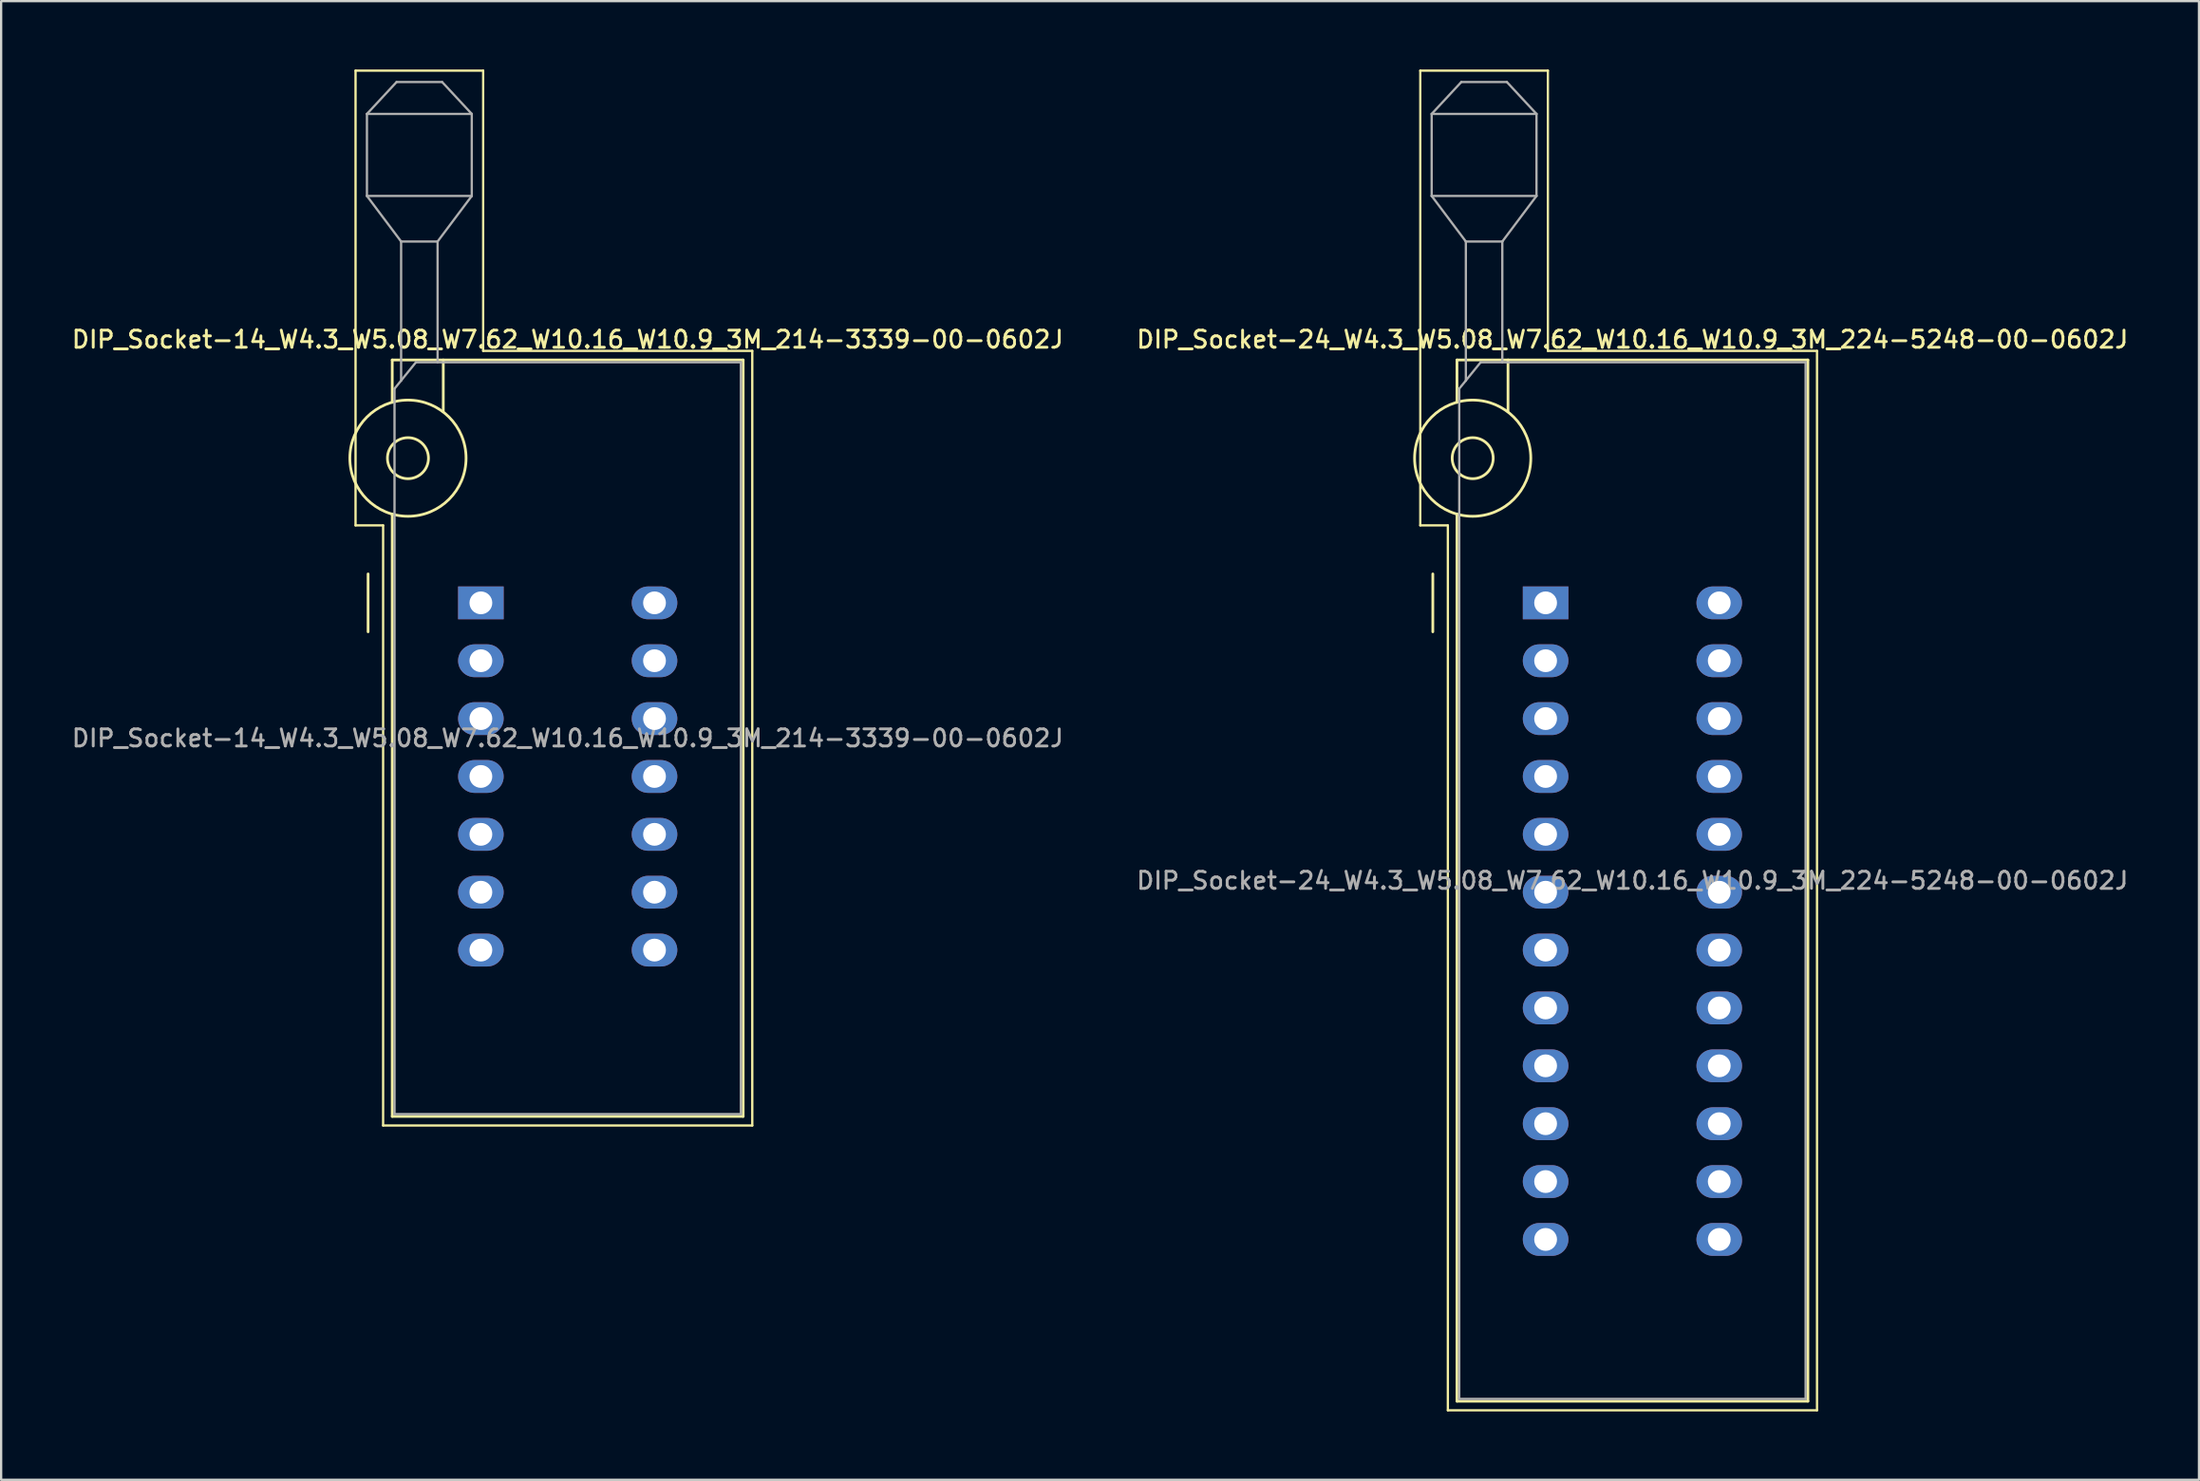
<source format=kicad_pcb>
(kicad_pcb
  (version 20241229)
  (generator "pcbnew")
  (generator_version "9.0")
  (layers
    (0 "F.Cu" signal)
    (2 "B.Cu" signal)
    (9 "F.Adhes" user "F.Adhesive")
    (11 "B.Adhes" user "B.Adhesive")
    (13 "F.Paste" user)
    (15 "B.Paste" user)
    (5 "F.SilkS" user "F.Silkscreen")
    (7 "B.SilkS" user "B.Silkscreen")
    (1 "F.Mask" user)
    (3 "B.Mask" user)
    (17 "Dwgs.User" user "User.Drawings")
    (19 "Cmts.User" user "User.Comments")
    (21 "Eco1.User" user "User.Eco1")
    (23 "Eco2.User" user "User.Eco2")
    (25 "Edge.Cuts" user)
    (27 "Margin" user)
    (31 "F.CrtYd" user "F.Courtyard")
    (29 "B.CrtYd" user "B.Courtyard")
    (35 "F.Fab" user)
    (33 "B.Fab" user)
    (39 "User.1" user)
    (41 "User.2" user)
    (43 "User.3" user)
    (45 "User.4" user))
  (footprint "DIP_Socket-24_W4.3_W5.08_W7.62_W10.16_W10.9_3M_224-5248-00-0602J"
    (layer "F.Cu")
    (at 64.778 23.41)
    (property "Reference" "DIP_Socket-24_W4.3_W5.08_W7.62_W10.16_W10.9_3M_224-5248-00-0602J" (at 3.81 -11.56 0) (layer "F.SilkS") (effects (font (size 0.75 0.75) (thickness 0.125))))
    (attr through_hole)
    (fp_line (start -5.5 -23.36) (end 0.1 -23.36) (stroke (width 0.1) (type solid)) (layer "F.SilkS"))
    (fp_line (start -5.5 -3.4) (end -5.5 -23.36) (stroke (width 0.1) (type solid)) (layer "F.SilkS"))
    (fp_line (start -4.95 1.27) (end -4.95 -1.27) (stroke (width 0.12) (type solid)) (layer "F.SilkS"))
    (fp_line (start -4.29 -3.4) (end -5.5 -3.4) (stroke (width 0.1) (type solid)) (layer "F.SilkS"))
    (fp_line (start -4.29 35.44) (end -4.29 -3.4) (stroke (width 0.1) (type solid)) (layer "F.SilkS"))
    (fp_line (start -3.89 -10.66) (end -3.89 -8.8) (stroke (width 0.12) (type solid)) (layer "F.SilkS"))
    (fp_line (start -3.89 -3.9) (end -3.89 35.04) (stroke (width 0.12) (type solid)) (layer "F.SilkS"))
    (fp_line (start -3.89 35.04) (end 11.51 35.04) (stroke (width 0.12) (type solid)) (layer "F.SilkS"))
    (fp_line (start -1.65 -10.66) (end -1.65 -8.4) (stroke (width 0.12) (type solid)) (layer "F.SilkS"))
    (fp_line (start 0.1 -23.36) (end 0.1 -11.06) (stroke (width 0.1) (type solid)) (layer "F.SilkS"))
    (fp_line (start 0.1 -11.06) (end 11.91 -11.06) (stroke (width 0.1) (type solid)) (layer "F.SilkS"))
    (fp_line (start 11.51 -10.66) (end -3.89 -10.66) (stroke (width 0.12) (type solid)) (layer "F.SilkS"))
    (fp_line (start 11.51 35.04) (end 11.51 -10.66) (stroke (width 0.12) (type solid)) (layer "F.SilkS"))
    (fp_line (start 11.91 -11.06) (end 11.91 35.44) (stroke (width 0.1) (type solid)) (layer "F.SilkS"))
    (fp_line (start 11.91 35.44) (end -4.29 35.44) (stroke (width 0.1) (type solid)) (layer "F.SilkS"))
    (fp_circle (center -3.2 -6.35) (end -2.3 -6.35) (stroke (width 0.12) (type solid)) (fill no) (layer "F.SilkS"))
    (fp_circle (center -3.2 -6.35) (end -0.65 -6.35) (stroke (width 0.12) (type solid)) (fill no) (layer "F.SilkS"))
    (fp_line (start -5 -21.46) (end -5 -17.86) (stroke (width 0.1) (type solid)) (layer "F.Fab"))
    (fp_line (start -5 -21.46) (end -3.7 -22.86) (stroke (width 0.1) (type solid)) (layer "F.Fab"))
    (fp_line (start -5 -17.86) (end -3.5 -15.86) (stroke (width 0.1) (type solid)) (layer "F.Fab"))
    (fp_line (start -5 -17.86) (end -0.4 -17.86) (stroke (width 0.1) (type solid)) (layer "F.Fab"))
    (fp_line (start -3.79 -9.4) (end -2.85 -10.56) (stroke (width 0.1) (type solid)) (layer "F.Fab"))
    (fp_line (start -3.79 34.94) (end -3.79 -9.4) (stroke (width 0.1) (type solid)) (layer "F.Fab"))
    (fp_line (start -3.7 -22.86) (end -1.7 -22.86) (stroke (width 0.1) (type solid)) (layer "F.Fab"))
    (fp_line (start -3.5 -15.86) (end -1.9 -15.86) (stroke (width 0.1) (type solid)) (layer "F.Fab"))
    (fp_line (start -3.5 -9.75) (end -3.5 -15.86) (stroke (width 0.1) (type solid)) (layer "F.Fab"))
    (fp_line (start -2.85 -10.56) (end 11.41 -10.56) (stroke (width 0.1) (type solid)) (layer "F.Fab"))
    (fp_line (start -1.9 -15.86) (end -1.9 -10.56) (stroke (width 0.1) (type solid)) (layer "F.Fab"))
    (fp_line (start -1.7 -22.86) (end -0.4 -21.46) (stroke (width 0.1) (type solid)) (layer "F.Fab"))
    (fp_line (start -0.4 -21.46) (end -5 -21.46) (stroke (width 0.1) (type solid)) (layer "F.Fab"))
    (fp_line (start -0.4 -17.86) (end -1.9 -15.86) (stroke (width 0.1) (type solid)) (layer "F.Fab"))
    (fp_line (start -0.4 -17.86) (end -0.4 -21.46) (stroke (width 0.1) (type solid)) (layer "F.Fab"))
    (fp_line (start 11.41 -10.56) (end 11.41 34.94) (stroke (width 0.1) (type solid)) (layer "F.Fab"))
    (fp_line (start 11.41 34.94) (end -3.79 34.94) (stroke (width 0.1) (type solid)) (layer "F.Fab"))
    (fp_text user "${REFERENCE}" (at 3.81 12.19 0) (layer "F.Fab") (effects (font (size 0.75 0.75) (thickness 0.125))))
    (pad "1" thru_hole rect (at 0 0) (size 2 1.44) (drill 1) (layers "*.Cu" "*.Mask"))
    (pad "2" thru_hole oval (at 0 2.54) (size 2 1.44) (drill 1) (layers "*.Cu" "*.Mask"))
    (pad "3" thru_hole oval (at 0 5.08) (size 2 1.44) (drill 1) (layers "*.Cu" "*.Mask"))
    (pad "4" thru_hole oval (at 0 7.62) (size 2 1.44) (drill 1) (layers "*.Cu" "*.Mask"))
    (pad "5" thru_hole oval (at 0 10.16) (size 2 1.44) (drill 1) (layers "*.Cu" "*.Mask"))
    (pad "6" thru_hole oval (at 0 12.7) (size 2 1.44) (drill 1) (layers "*.Cu" "*.Mask"))
    (pad "7" thru_hole oval (at 0 15.24) (size 2 1.44) (drill 1) (layers "*.Cu" "*.Mask"))
    (pad "8" thru_hole oval (at 0 17.78) (size 2 1.44) (drill 1) (layers "*.Cu" "*.Mask"))
    (pad "9" thru_hole oval (at 0 20.32) (size 2 1.44) (drill 1) (layers "*.Cu" "*.Mask"))
    (pad "10" thru_hole oval (at 0 22.86) (size 2 1.44) (drill 1) (layers "*.Cu" "*.Mask"))
    (pad "11" thru_hole oval (at 0 25.4) (size 2 1.44) (drill 1) (layers "*.Cu" "*.Mask"))
    (pad "12" thru_hole oval (at 0 27.94) (size 2 1.44) (drill 1) (layers "*.Cu" "*.Mask"))
    (pad "13" thru_hole oval (at 7.62 27.94) (size 2 1.44) (drill 1) (layers "*.Cu" "*.Mask"))
    (pad "14" thru_hole oval (at 7.62 25.4) (size 2 1.44) (drill 1) (layers "*.Cu" "*.Mask"))
    (pad "15" thru_hole oval (at 7.62 22.86) (size 2 1.44) (drill 1) (layers "*.Cu" "*.Mask"))
    (pad "16" thru_hole oval (at 7.62 20.32) (size 2 1.44) (drill 1) (layers "*.Cu" "*.Mask"))
    (pad "17" thru_hole oval (at 7.62 17.78) (size 2 1.44) (drill 1) (layers "*.Cu" "*.Mask"))
    (pad "18" thru_hole oval (at 7.62 15.24) (size 2 1.44) (drill 1) (layers "*.Cu" "*.Mask"))
    (pad "19" thru_hole oval (at 7.62 12.7) (size 2 1.44) (drill 1) (layers "*.Cu" "*.Mask"))
    (pad "20" thru_hole oval (at 7.62 10.16) (size 2 1.44) (drill 1) (layers "*.Cu" "*.Mask"))
    (pad "21" thru_hole oval (at 7.62 7.62) (size 2 1.44) (drill 1) (layers "*.Cu" "*.Mask"))
    (pad "22" thru_hole oval (at 7.62 5.08) (size 2 1.44) (drill 1) (layers "*.Cu" "*.Mask"))
    (pad "23" thru_hole oval (at 7.62 2.54) (size 2 1.44) (drill 1) (layers "*.Cu" "*.Mask"))
    (pad "24" thru_hole oval (at 7.62 0) (size 2 1.44) (drill 1) (layers "*.Cu" "*.Mask")))
  (footprint "DIP_Socket-14_W4.3_W5.08_W7.62_W10.16_W10.9_3M_214-3339-00-0602J"
    (layer "F.Cu")
    (at 18.053 23.41)
    (property "Reference" "DIP_Socket-14_W4.3_W5.08_W7.62_W10.16_W10.9_3M_214-3339-00-0602J" (at 3.81 -11.56 0) (layer "F.SilkS") (effects (font (size 0.75 0.75) (thickness 0.125))))
    (attr through_hole)
    (fp_line (start -5.5 -23.36) (end 0.1 -23.36) (stroke (width 0.1) (type solid)) (layer "F.SilkS"))
    (fp_line (start -5.5 -3.4) (end -5.5 -23.36) (stroke (width 0.1) (type solid)) (layer "F.SilkS"))
    (fp_line (start -4.95 1.27) (end -4.95 -1.27) (stroke (width 0.12) (type solid)) (layer "F.SilkS"))
    (fp_line (start -4.29 -3.4) (end -5.5 -3.4) (stroke (width 0.1) (type solid)) (layer "F.SilkS"))
    (fp_line (start -4.29 22.94) (end -4.29 -3.4) (stroke (width 0.1) (type solid)) (layer "F.SilkS"))
    (fp_line (start -3.89 -10.66) (end -3.89 -8.8) (stroke (width 0.12) (type solid)) (layer "F.SilkS"))
    (fp_line (start -3.89 -3.9) (end -3.89 22.54) (stroke (width 0.12) (type solid)) (layer "F.SilkS"))
    (fp_line (start -3.89 22.54) (end 11.51 22.54) (stroke (width 0.12) (type solid)) (layer "F.SilkS"))
    (fp_line (start -1.65 -10.66) (end -1.65 -8.4) (stroke (width 0.12) (type solid)) (layer "F.SilkS"))
    (fp_line (start 0.1 -23.36) (end 0.1 -11.06) (stroke (width 0.1) (type solid)) (layer "F.SilkS"))
    (fp_line (start 0.1 -11.06) (end 11.91 -11.06) (stroke (width 0.1) (type solid)) (layer "F.SilkS"))
    (fp_line (start 11.51 -10.66) (end -3.89 -10.66) (stroke (width 0.12) (type solid)) (layer "F.SilkS"))
    (fp_line (start 11.51 22.54) (end 11.51 -10.66) (stroke (width 0.12) (type solid)) (layer "F.SilkS"))
    (fp_line (start 11.91 -11.06) (end 11.91 22.94) (stroke (width 0.1) (type solid)) (layer "F.SilkS"))
    (fp_line (start 11.91 22.94) (end -4.29 22.94) (stroke (width 0.1) (type solid)) (layer "F.SilkS"))
    (fp_circle (center -3.2 -6.35) (end -2.3 -6.35) (stroke (width 0.12) (type solid)) (fill no) (layer "F.SilkS"))
    (fp_circle (center -3.2 -6.35) (end -0.65 -6.35) (stroke (width 0.12) (type solid)) (fill no) (layer "F.SilkS"))
    (fp_line (start -5 -21.46) (end -5 -17.86) (stroke (width 0.1) (type solid)) (layer "F.Fab"))
    (fp_line (start -5 -21.46) (end -3.7 -22.86) (stroke (width 0.1) (type solid)) (layer "F.Fab"))
    (fp_line (start -5 -17.86) (end -3.5 -15.86) (stroke (width 0.1) (type solid)) (layer "F.Fab"))
    (fp_line (start -5 -17.86) (end -0.4 -17.86) (stroke (width 0.1) (type solid)) (layer "F.Fab"))
    (fp_line (start -3.79 -9.4) (end -2.85 -10.56) (stroke (width 0.1) (type solid)) (layer "F.Fab"))
    (fp_line (start -3.79 22.44) (end -3.79 -9.4) (stroke (width 0.1) (type solid)) (layer "F.Fab"))
    (fp_line (start -3.7 -22.86) (end -1.7 -22.86) (stroke (width 0.1) (type solid)) (layer "F.Fab"))
    (fp_line (start -3.5 -15.86) (end -1.9 -15.86) (stroke (width 0.1) (type solid)) (layer "F.Fab"))
    (fp_line (start -3.5 -9.75) (end -3.5 -15.86) (stroke (width 0.1) (type solid)) (layer "F.Fab"))
    (fp_line (start -2.85 -10.56) (end 11.41 -10.56) (stroke (width 0.1) (type solid)) (layer "F.Fab"))
    (fp_line (start -1.9 -15.86) (end -1.9 -10.56) (stroke (width 0.1) (type solid)) (layer "F.Fab"))
    (fp_line (start -1.7 -22.86) (end -0.4 -21.46) (stroke (width 0.1) (type solid)) (layer "F.Fab"))
    (fp_line (start -0.4 -21.46) (end -5 -21.46) (stroke (width 0.1) (type solid)) (layer "F.Fab"))
    (fp_line (start -0.4 -17.86) (end -1.9 -15.86) (stroke (width 0.1) (type solid)) (layer "F.Fab"))
    (fp_line (start -0.4 -17.86) (end -0.4 -21.46) (stroke (width 0.1) (type solid)) (layer "F.Fab"))
    (fp_line (start 11.41 -10.56) (end 11.41 22.44) (stroke (width 0.1) (type solid)) (layer "F.Fab"))
    (fp_line (start 11.41 22.44) (end -3.79 22.44) (stroke (width 0.1) (type solid)) (layer "F.Fab"))
    (fp_text user "${REFERENCE}" (at 3.81 5.94 0) (layer "F.Fab") (effects (font (size 0.75 0.75) (thickness 0.125))))
    (pad "1" thru_hole rect (at 0 0) (size 2 1.44) (drill 1) (layers "*.Cu" "*.Mask"))
    (pad "2" thru_hole oval (at 0 2.54) (size 2 1.44) (drill 1) (layers "*.Cu" "*.Mask"))
    (pad "3" thru_hole oval (at 0 5.08) (size 2 1.44) (drill 1) (layers "*.Cu" "*.Mask"))
    (pad "4" thru_hole oval (at 0 7.62) (size 2 1.44) (drill 1) (layers "*.Cu" "*.Mask"))
    (pad "5" thru_hole oval (at 0 10.16) (size 2 1.44) (drill 1) (layers "*.Cu" "*.Mask"))
    (pad "6" thru_hole oval (at 0 12.7) (size 2 1.44) (drill 1) (layers "*.Cu" "*.Mask"))
    (pad "7" thru_hole oval (at 0 15.24) (size 2 1.44) (drill 1) (layers "*.Cu" "*.Mask"))
    (pad "8" thru_hole oval (at 7.62 15.24) (size 2 1.44) (drill 1) (layers "*.Cu" "*.Mask"))
    (pad "9" thru_hole oval (at 7.62 12.7) (size 2 1.44) (drill 1) (layers "*.Cu" "*.Mask"))
    (pad "10" thru_hole oval (at 7.62 10.16) (size 2 1.44) (drill 1) (layers "*.Cu" "*.Mask"))
    (pad "11" thru_hole oval (at 7.62 7.62) (size 2 1.44) (drill 1) (layers "*.Cu" "*.Mask"))
    (pad "12" thru_hole oval (at 7.62 5.08) (size 2 1.44) (drill 1) (layers "*.Cu" "*.Mask"))
    (pad "13" thru_hole oval (at 7.62 2.54) (size 2 1.44) (drill 1) (layers "*.Cu" "*.Mask"))
    (pad "14" thru_hole oval (at 7.62 0) (size 2 1.44) (drill 1) (layers "*.Cu" "*.Mask")))
  (gr_rect
    (start -3 -3)
    (end 93.45 61.9)
    (stroke (width 0.1) (type default))
    (fill no)
    (layer "Edge.Cuts")))
</source>
